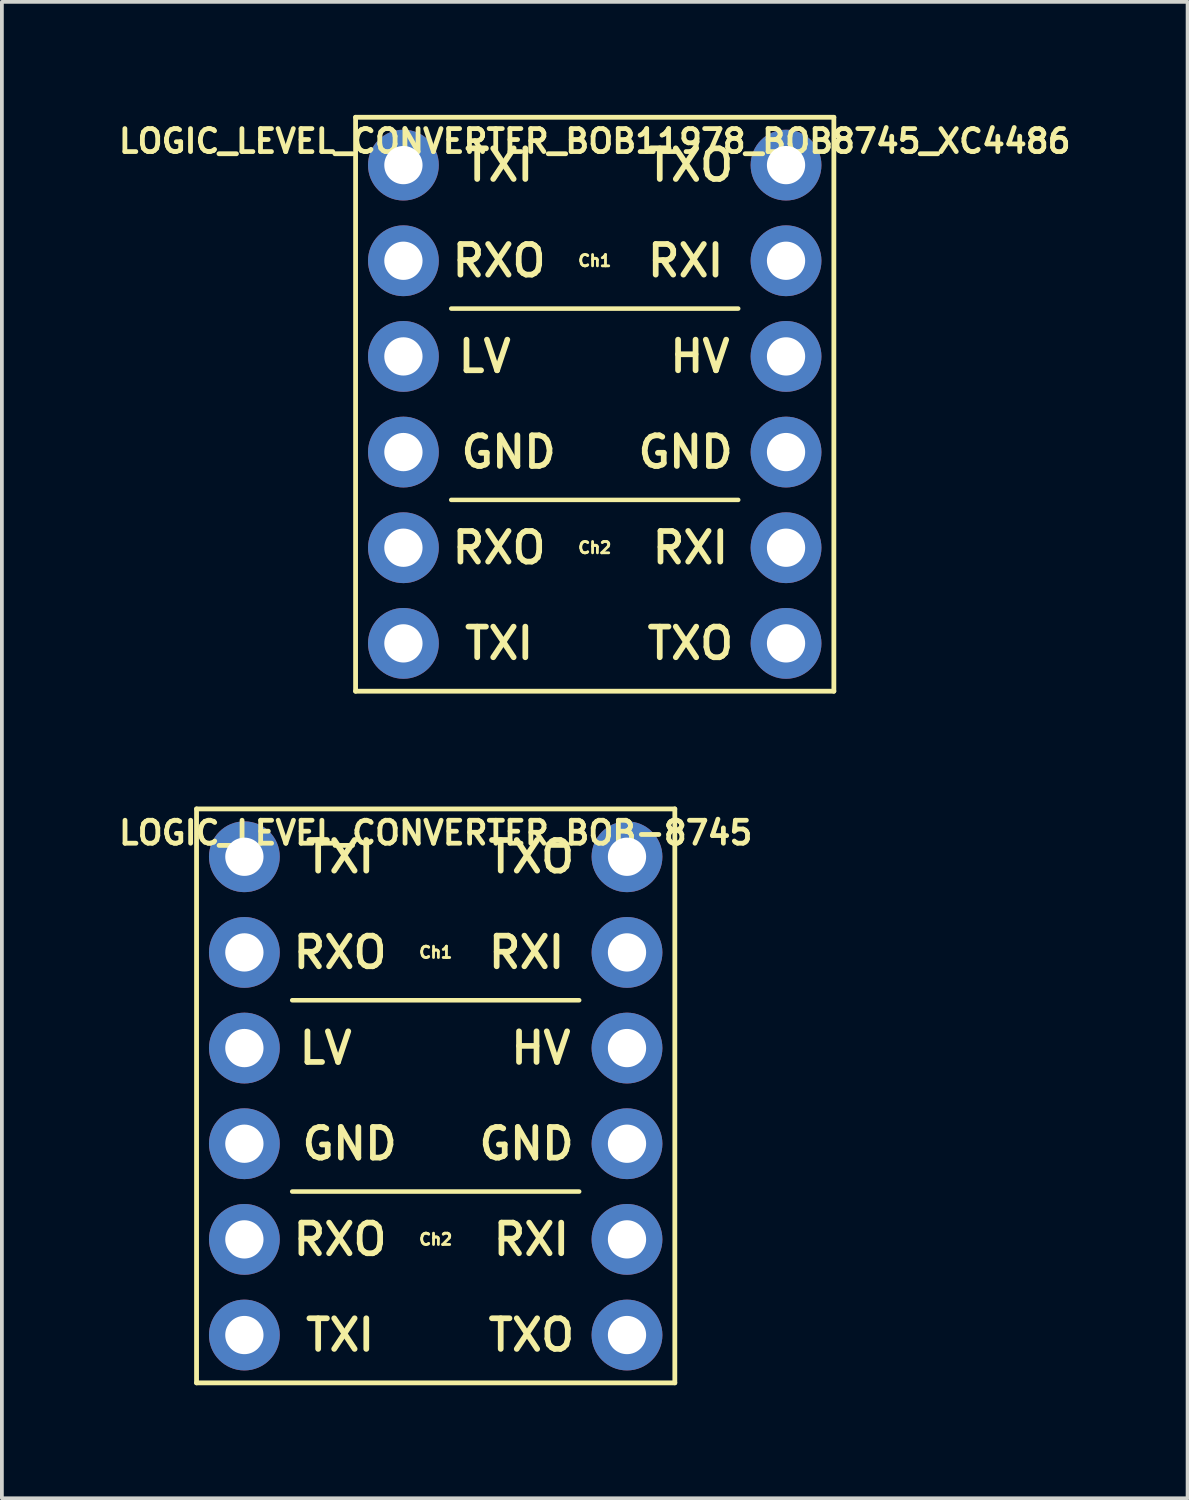
<source format=kicad_pcb>
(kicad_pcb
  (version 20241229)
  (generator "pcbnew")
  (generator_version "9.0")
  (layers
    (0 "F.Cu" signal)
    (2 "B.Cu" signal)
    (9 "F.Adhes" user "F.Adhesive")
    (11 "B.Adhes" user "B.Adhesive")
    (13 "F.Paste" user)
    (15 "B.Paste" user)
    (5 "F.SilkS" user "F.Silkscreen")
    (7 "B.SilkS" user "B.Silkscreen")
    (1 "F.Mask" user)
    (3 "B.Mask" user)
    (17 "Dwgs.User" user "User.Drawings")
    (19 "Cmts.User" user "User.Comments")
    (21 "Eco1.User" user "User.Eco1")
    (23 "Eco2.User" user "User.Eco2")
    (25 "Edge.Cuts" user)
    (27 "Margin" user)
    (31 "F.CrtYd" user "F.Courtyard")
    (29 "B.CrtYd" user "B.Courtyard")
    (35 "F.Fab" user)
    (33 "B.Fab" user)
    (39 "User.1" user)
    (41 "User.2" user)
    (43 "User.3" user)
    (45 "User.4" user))
  (footprint "LOGIC_LEVEL_CONVERTER_BOB-8745"
    (layer "F.Cu")
    (at 8.519 26.05)
    (property "Reference" "LOGIC_LEVEL_CONVERTER_BOB-8745" (at 0 -6.985 0) (layer "F.SilkS") (effects (font (size 0.61 0.61) (thickness 0.127))))
    (attr exclude_from_pos_files exclude_from_bom)
    (fp_line (start -6.35 -7.62) (end 6.35 -7.62) (stroke (width 0.127) (type solid)) (layer "F.SilkS"))
    (fp_line (start -6.35 7.62) (end -6.35 -7.62) (stroke (width 0.127) (type solid)) (layer "F.SilkS"))
    (fp_line (start -3.81 -2.54) (end 3.81 -2.54) (stroke (width 0.12) (type solid)) (layer "F.SilkS"))
    (fp_line (start -3.81 2.54) (end 3.81 2.54) (stroke (width 0.12) (type solid)) (layer "F.SilkS"))
    (fp_line (start 6.35 -7.62) (end 6.35 7.62) (stroke (width 0.127) (type solid)) (layer "F.SilkS"))
    (fp_line (start 6.35 7.62) (end -6.35 7.62) (stroke (width 0.127) (type solid)) (layer "F.SilkS"))
    (fp_text user "Ch1" (at 0 -3.81 0) (layer "F.SilkS") (effects (font (size 0.3 0.3) (thickness 0.075))))
    (fp_text user "TXI" (at -2.54 6.35 0) (layer "F.SilkS") (effects (font (size 0.813 0.813) (thickness 0.152))))
    (fp_text user "RXI" (at 2.54 3.81 0) (layer "F.SilkS") (effects (font (size 0.813 0.813) (thickness 0.152))))
    (fp_text user "TXO" (at 2.54 -6.35 0) (layer "F.SilkS") (effects (font (size 0.813 0.813) (thickness 0.152))))
    (fp_text user "RXO" (at -2.54 3.81 0) (layer "F.SilkS") (effects (font (size 0.813 0.813) (thickness 0.152))))
    (fp_text user "TXI" (at -2.54 -6.35 0) (layer "F.SilkS") (effects (font (size 0.813 0.813) (thickness 0.152))))
    (fp_text user "GND" (at 2.413 1.27 0) (layer "F.SilkS") (effects (font (size 0.813 0.813) (thickness 0.152))))
    (fp_text user "TXO" (at 2.54 6.35 0) (layer "F.SilkS") (effects (font (size 0.813 0.813) (thickness 0.152))))
    (fp_text user "Ch2" (at 0 3.81 0) (layer "F.SilkS") (effects (font (size 0.3 0.3) (thickness 0.075))))
    (fp_text user "RXI" (at 2.413 -3.81 0) (layer "F.SilkS") (effects (font (size 0.813 0.813) (thickness 0.152))))
    (fp_text user "RXO" (at -2.54 -3.81 0) (layer "F.SilkS") (effects (font (size 0.813 0.813) (thickness 0.152))))
    (fp_text user "GND" (at -2.286 1.27 0) (layer "F.SilkS") (effects (font (size 0.813 0.813) (thickness 0.152))))
    (fp_text user "LV" (at -2.921 -1.27 0) (layer "F.SilkS") (effects (font (size 0.813 0.813) (thickness 0.152))))
    (fp_text user "HV" (at 2.794 -1.27 0) (layer "F.SilkS") (effects (font (size 0.813 0.813) (thickness 0.152))))
    (pad "1" thru_hole circle (at 5.08 -3.81) (size 1.88 1.88) (drill 1.016) (layers "*.Cu" "*.Mask"))
    (pad "2" thru_hole circle (at 5.08 3.81) (size 1.88 1.88) (drill 1.016) (layers "*.Cu" "*.Mask"))
    (pad "3" thru_hole circle (at -5.08 -6.35) (size 1.88 1.88) (drill 1.016) (layers "*.Cu" "*.Mask"))
    (pad "4" thru_hole circle (at -5.08 6.35) (size 1.88 1.88) (drill 1.016) (layers "*.Cu" "*.Mask"))
    (pad "5" thru_hole circle (at 5.08 -1.27) (size 1.88 1.88) (drill 1.016) (layers "*.Cu" "*.Mask"))
    (pad "6" thru_hole circle (at -5.08 -1.27) (size 1.88 1.88) (drill 1.016) (layers "*.Cu" "*.Mask"))
    (pad "7" thru_hole circle (at 5.08 1.27) (size 1.88 1.88) (drill 1.016) (layers "*.Cu" "*.Mask"))
    (pad "8" thru_hole circle (at -5.08 1.27) (size 1.88 1.88) (drill 1.016) (layers "*.Cu" "*.Mask"))
    (pad "9" thru_hole circle (at -5.08 -3.81) (size 1.88 1.88) (drill 1.016) (layers "*.Cu" "*.Mask"))
    (pad "10" thru_hole circle (at -5.08 3.81) (size 1.88 1.88) (drill 1.016) (layers "*.Cu" "*.Mask"))
    (pad "11" thru_hole circle (at 5.08 -6.35) (size 1.88 1.88) (drill 1.016) (layers "*.Cu" "*.Mask"))
    (pad "12" thru_hole circle (at 5.08 6.35) (size 1.88 1.88) (drill 1.016) (layers "*.Cu" "*.Mask")))
  (footprint "LOGIC_LEVEL_CONVERTER_BOB11978_BOB8745_XC4486"
    (layer "F.Cu")
    (at 12.742 7.684)
    (property "Reference" "LOGIC_LEVEL_CONVERTER_BOB11978_BOB8745_XC4486" (at 0 -6.985 0) (layer "F.SilkS") (effects (font (size 0.61 0.61) (thickness 0.127))))
    (attr exclude_from_pos_files exclude_from_bom)
    (fp_line (start -6.35 -7.62) (end 6.35 -7.62) (stroke (width 0.127) (type solid)) (layer "F.SilkS"))
    (fp_line (start -6.35 7.62) (end -6.35 -7.62) (stroke (width 0.127) (type solid)) (layer "F.SilkS"))
    (fp_line (start -3.81 -2.54) (end 3.81 -2.54) (stroke (width 0.12) (type solid)) (layer "F.SilkS"))
    (fp_line (start -3.81 2.54) (end 3.81 2.54) (stroke (width 0.12) (type solid)) (layer "F.SilkS"))
    (fp_line (start 6.35 -7.62) (end 6.35 7.62) (stroke (width 0.127) (type solid)) (layer "F.SilkS"))
    (fp_line (start 6.35 7.62) (end -6.35 7.62) (stroke (width 0.127) (type solid)) (layer "F.SilkS"))
    (fp_text user "RXI" (at 2.54 3.81 0) (layer "F.SilkS") (effects (font (size 0.813 0.813) (thickness 0.152))))
    (fp_text user "RXO" (at -2.54 -3.81 0) (layer "F.SilkS") (effects (font (size 0.813 0.813) (thickness 0.152))))
    (fp_text user "LV" (at -2.921 -1.27 0) (layer "F.SilkS") (effects (font (size 0.813 0.813) (thickness 0.152))))
    (fp_text user "GND" (at 2.413 1.27 0) (layer "F.SilkS") (effects (font (size 0.813 0.813) (thickness 0.152))))
    (fp_text user "TXI" (at -2.54 6.35 0) (layer "F.SilkS") (effects (font (size 0.813 0.813) (thickness 0.152))))
    (fp_text user "TXO" (at 2.54 6.35 0) (layer "F.SilkS") (effects (font (size 0.813 0.813) (thickness 0.152))))
    (fp_text user "Ch1" (at 0 -3.81 0) (layer "F.SilkS") (effects (font (size 0.3 0.3) (thickness 0.075))))
    (fp_text user "TXO" (at 2.54 -6.35 0) (layer "F.SilkS") (effects (font (size 0.813 0.813) (thickness 0.152))))
    (fp_text user "GND" (at -2.286 1.27 0) (layer "F.SilkS") (effects (font (size 0.813 0.813) (thickness 0.152))))
    (fp_text user "TXI" (at -2.54 -6.35 0) (layer "F.SilkS") (effects (font (size 0.813 0.813) (thickness 0.152))))
    (fp_text user "RXO" (at -2.54 3.81 0) (layer "F.SilkS") (effects (font (size 0.813 0.813) (thickness 0.152))))
    (fp_text user "Ch2" (at 0 3.81 0) (layer "F.SilkS") (effects (font (size 0.3 0.3) (thickness 0.075))))
    (fp_text user "HV" (at 2.794 -1.27 0) (layer "F.SilkS") (effects (font (size 0.813 0.813) (thickness 0.152))))
    (fp_text user "RXI" (at 2.413 -3.81 0) (layer "F.SilkS") (effects (font (size 0.813 0.813) (thickness 0.152))))
    (pad "GND1" thru_hole circle (at -5.08 1.27) (size 1.88 1.88) (drill 1.016) (layers "*.Cu" "*.Mask"))
    (pad "GND2" thru_hole circle (at 5.08 1.27) (size 1.88 1.88) (drill 1.016) (layers "*.Cu" "*.Mask"))
    (pad "HV" thru_hole circle (at 5.08 -1.27) (size 1.88 1.88) (drill 1.016) (layers "*.Cu" "*.Mask"))
    (pad "LV" thru_hole circle (at -5.08 -1.27) (size 1.88 1.88) (drill 1.016) (layers "*.Cu" "*.Mask"))
    (pad "RXI" thru_hole circle (at 5.08 -3.81) (size 1.88 1.88) (drill 1.016) (layers "*.Cu" "*.Mask"))
    (pad "RXI" thru_hole circle (at 5.08 3.81) (size 1.88 1.88) (drill 1.016) (layers "*.Cu" "*.Mask"))
    (pad "RXO" thru_hole circle (at -5.08 -3.81) (size 1.88 1.88) (drill 1.016) (layers "*.Cu" "*.Mask"))
    (pad "RXO" thru_hole circle (at -5.08 3.81) (size 1.88 1.88) (drill 1.016) (layers "*.Cu" "*.Mask"))
    (pad "TXI" thru_hole circle (at -5.08 -6.35) (size 1.88 1.88) (drill 1.016) (layers "*.Cu" "*.Mask"))
    (pad "TXI" thru_hole circle (at -5.08 6.35) (size 1.88 1.88) (drill 1.016) (layers "*.Cu" "*.Mask"))
    (pad "TXO" thru_hole circle (at 5.08 -6.35) (size 1.88 1.88) (drill 1.016) (layers "*.Cu" "*.Mask"))
    (pad "TXO" thru_hole circle (at 5.08 6.35) (size 1.88 1.88) (drill 1.016) (layers "*.Cu" "*.Mask")))
  (gr_rect
    (start -3 -3)
    (end 28.485 36.734)
    (stroke (width 0.1) (type default))
    (fill no)
    (layer "Edge.Cuts")))
</source>
